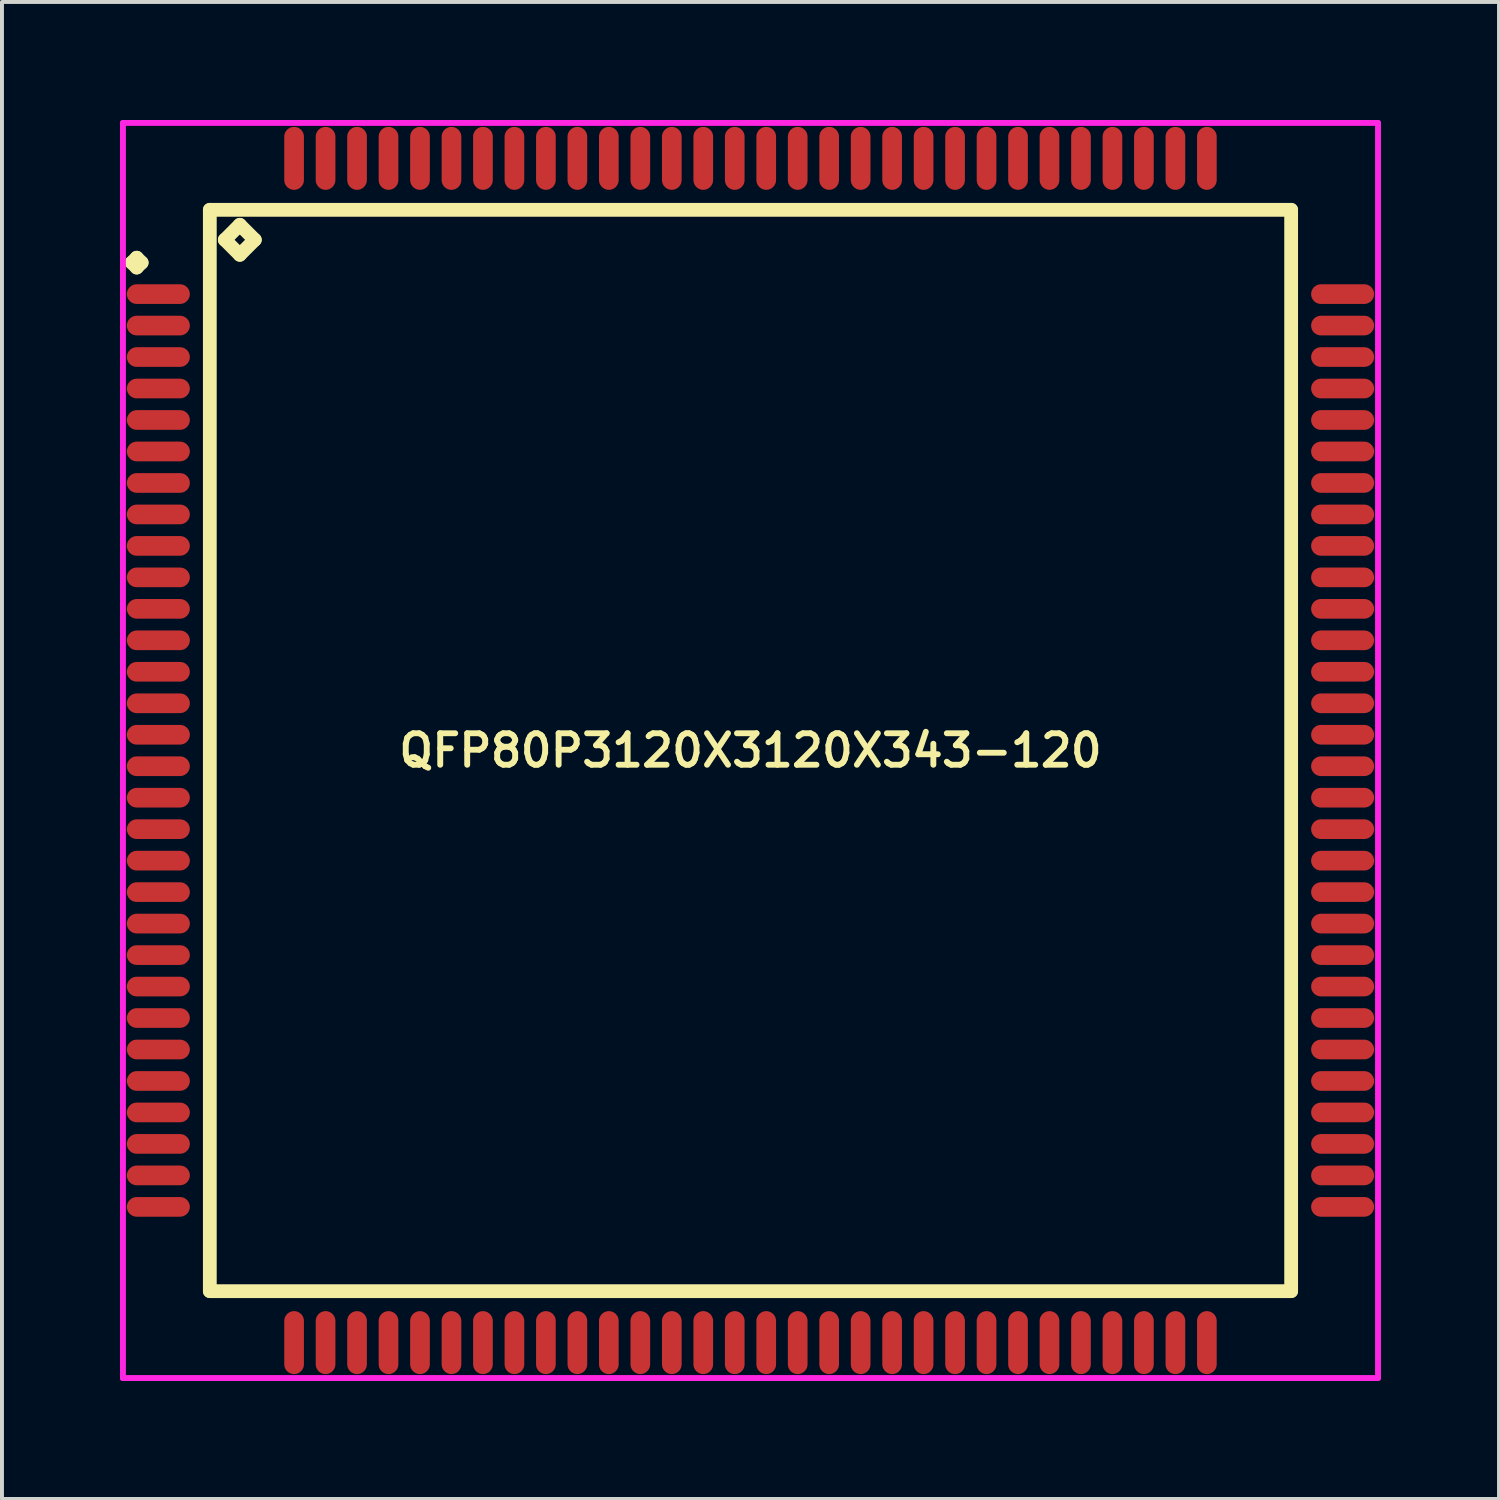
<source format=kicad_pcb>
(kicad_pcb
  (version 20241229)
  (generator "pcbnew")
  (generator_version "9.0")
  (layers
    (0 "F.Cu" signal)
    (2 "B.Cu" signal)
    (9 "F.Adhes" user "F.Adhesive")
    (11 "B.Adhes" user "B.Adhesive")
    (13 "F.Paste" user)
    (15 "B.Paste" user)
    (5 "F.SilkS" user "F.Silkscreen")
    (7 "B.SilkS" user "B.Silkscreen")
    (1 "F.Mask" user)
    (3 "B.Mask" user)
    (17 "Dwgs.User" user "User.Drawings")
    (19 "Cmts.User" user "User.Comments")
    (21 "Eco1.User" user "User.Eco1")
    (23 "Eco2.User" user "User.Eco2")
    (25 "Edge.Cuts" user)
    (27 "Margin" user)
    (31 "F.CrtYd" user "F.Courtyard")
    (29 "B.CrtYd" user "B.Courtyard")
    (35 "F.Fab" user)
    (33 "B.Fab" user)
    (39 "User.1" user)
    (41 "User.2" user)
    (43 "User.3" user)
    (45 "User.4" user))
  (footprint "QFP80P3120X3120X343-120"
    (layer "F.Cu")
    (at 16.025 16.025)
    (property "Reference" "QFP80P3120X3120X343-120" (at 0 0 0) (layer "F.SilkS") (effects (font (size 0.8 0.8) (thickness 0.15))))
    (attr smd)
    (fp_line (start -15.725 -12.4) (end -15.6 -12.525) (stroke (width 0.35) (type solid)) (layer "F.SilkS"))
    (fp_line (start -15.6 -12.525) (end -15.475 -12.4) (stroke (width 0.35) (type solid)) (layer "F.SilkS"))
    (fp_line (start -15.6 -12.275) (end -15.725 -12.4) (stroke (width 0.35) (type solid)) (layer "F.SilkS"))
    (fp_line (start -15.475 -12.4) (end -15.6 -12.275) (stroke (width 0.35) (type solid)) (layer "F.SilkS"))
    (fp_line (start -13.742 -13.742) (end -13.742 13.742) (stroke (width 0.35) (type solid)) (layer "F.SilkS"))
    (fp_line (start -13.742 13.742) (end 13.742 13.742) (stroke (width 0.35) (type solid)) (layer "F.SilkS"))
    (fp_line (start -13.361 -12.98) (end -12.98 -13.361) (stroke (width 0.35) (type solid)) (layer "F.SilkS"))
    (fp_line (start -12.98 -13.361) (end -12.599 -12.98) (stroke (width 0.35) (type solid)) (layer "F.SilkS"))
    (fp_line (start -12.98 -12.599) (end -13.361 -12.98) (stroke (width 0.35) (type solid)) (layer "F.SilkS"))
    (fp_line (start -12.599 -12.98) (end -12.98 -12.599) (stroke (width 0.35) (type solid)) (layer "F.SilkS"))
    (fp_line (start 13.742 -13.742) (end -13.742 -13.742) (stroke (width 0.35) (type solid)) (layer "F.SilkS"))
    (fp_line (start 13.742 13.742) (end 13.742 -13.742) (stroke (width 0.35) (type solid)) (layer "F.SilkS"))
    (fp_line (start -15.95 -15.95) (end 15.95 -15.95) (stroke (width 0.15) (type solid)) (layer "F.CrtYd"))
    (fp_line (start -15.95 15.95) (end -15.95 -15.95) (stroke (width 0.15) (type solid)) (layer "F.CrtYd"))
    (fp_line (start 15.95 -15.95) (end 15.95 15.95) (stroke (width 0.15) (type solid)) (layer "F.CrtYd"))
    (fp_line (start 15.95 15.95) (end -15.95 15.95) (stroke (width 0.15) (type solid)) (layer "F.CrtYd"))
    (pad "1" smd oval (at -15.05 -11.6) (size 1.6 0.5) (layers "F.Cu" "F.Mask" "F.Paste"))
    (pad "2" smd oval (at -15.05 -10.8) (size 1.6 0.5) (layers "F.Cu" "F.Mask" "F.Paste"))
    (pad "3" smd oval (at -15.05 -10) (size 1.6 0.5) (layers "F.Cu" "F.Mask" "F.Paste"))
    (pad "4" smd oval (at -15.05 -9.2) (size 1.6 0.5) (layers "F.Cu" "F.Mask" "F.Paste"))
    (pad "5" smd oval (at -15.05 -8.4) (size 1.6 0.5) (layers "F.Cu" "F.Mask" "F.Paste"))
    (pad "6" smd oval (at -15.05 -7.6) (size 1.6 0.5) (layers "F.Cu" "F.Mask" "F.Paste"))
    (pad "7" smd oval (at -15.05 -6.8) (size 1.6 0.5) (layers "F.Cu" "F.Mask" "F.Paste"))
    (pad "8" smd oval (at -15.05 -6) (size 1.6 0.5) (layers "F.Cu" "F.Mask" "F.Paste"))
    (pad "9" smd oval (at -15.05 -5.2) (size 1.6 0.5) (layers "F.Cu" "F.Mask" "F.Paste"))
    (pad "10" smd oval (at -15.05 -4.4) (size 1.6 0.5) (layers "F.Cu" "F.Mask" "F.Paste"))
    (pad "11" smd oval (at -15.05 -3.6) (size 1.6 0.5) (layers "F.Cu" "F.Mask" "F.Paste"))
    (pad "12" smd oval (at -15.05 -2.8) (size 1.6 0.5) (layers "F.Cu" "F.Mask" "F.Paste"))
    (pad "13" smd oval (at -15.05 -2) (size 1.6 0.5) (layers "F.Cu" "F.Mask" "F.Paste"))
    (pad "14" smd oval (at -15.05 -1.2) (size 1.6 0.5) (layers "F.Cu" "F.Mask" "F.Paste"))
    (pad "15" smd oval (at -15.05 -0.4) (size 1.6 0.5) (layers "F.Cu" "F.Mask" "F.Paste"))
    (pad "16" smd oval (at -15.05 0.4) (size 1.6 0.5) (layers "F.Cu" "F.Mask" "F.Paste"))
    (pad "17" smd oval (at -15.05 1.2) (size 1.6 0.5) (layers "F.Cu" "F.Mask" "F.Paste"))
    (pad "18" smd oval (at -15.05 2) (size 1.6 0.5) (layers "F.Cu" "F.Mask" "F.Paste"))
    (pad "19" smd oval (at -15.05 2.8) (size 1.6 0.5) (layers "F.Cu" "F.Mask" "F.Paste"))
    (pad "20" smd oval (at -15.05 3.6) (size 1.6 0.5) (layers "F.Cu" "F.Mask" "F.Paste"))
    (pad "21" smd oval (at -15.05 4.4) (size 1.6 0.5) (layers "F.Cu" "F.Mask" "F.Paste"))
    (pad "22" smd oval (at -15.05 5.2) (size 1.6 0.5) (layers "F.Cu" "F.Mask" "F.Paste"))
    (pad "23" smd oval (at -15.05 6) (size 1.6 0.5) (layers "F.Cu" "F.Mask" "F.Paste"))
    (pad "24" smd oval (at -15.05 6.8) (size 1.6 0.5) (layers "F.Cu" "F.Mask" "F.Paste"))
    (pad "25" smd oval (at -15.05 7.6) (size 1.6 0.5) (layers "F.Cu" "F.Mask" "F.Paste"))
    (pad "26" smd oval (at -15.05 8.4) (size 1.6 0.5) (layers "F.Cu" "F.Mask" "F.Paste"))
    (pad "27" smd oval (at -15.05 9.2) (size 1.6 0.5) (layers "F.Cu" "F.Mask" "F.Paste"))
    (pad "28" smd oval (at -15.05 10) (size 1.6 0.5) (layers "F.Cu" "F.Mask" "F.Paste"))
    (pad "29" smd oval (at -15.05 10.8) (size 1.6 0.5) (layers "F.Cu" "F.Mask" "F.Paste"))
    (pad "30" smd oval (at -15.05 11.6) (size 1.6 0.5) (layers "F.Cu" "F.Mask" "F.Paste"))
    (pad "31" smd oval (at -11.6 15.05) (size 0.5 1.6) (layers "F.Cu" "F.Mask" "F.Paste"))
    (pad "32" smd oval (at -10.8 15.05) (size 0.5 1.6) (layers "F.Cu" "F.Mask" "F.Paste"))
    (pad "33" smd oval (at -10 15.05) (size 0.5 1.6) (layers "F.Cu" "F.Mask" "F.Paste"))
    (pad "34" smd oval (at -9.2 15.05) (size 0.5 1.6) (layers "F.Cu" "F.Mask" "F.Paste"))
    (pad "35" smd oval (at -8.4 15.05) (size 0.5 1.6) (layers "F.Cu" "F.Mask" "F.Paste"))
    (pad "36" smd oval (at -7.6 15.05) (size 0.5 1.6) (layers "F.Cu" "F.Mask" "F.Paste"))
    (pad "37" smd oval (at -6.8 15.05) (size 0.5 1.6) (layers "F.Cu" "F.Mask" "F.Paste"))
    (pad "38" smd oval (at -6 15.05) (size 0.5 1.6) (layers "F.Cu" "F.Mask" "F.Paste"))
    (pad "39" smd oval (at -5.2 15.05) (size 0.5 1.6) (layers "F.Cu" "F.Mask" "F.Paste"))
    (pad "40" smd oval (at -4.4 15.05) (size 0.5 1.6) (layers "F.Cu" "F.Mask" "F.Paste"))
    (pad "41" smd oval (at -3.6 15.05) (size 0.5 1.6) (layers "F.Cu" "F.Mask" "F.Paste"))
    (pad "42" smd oval (at -2.8 15.05) (size 0.5 1.6) (layers "F.Cu" "F.Mask" "F.Paste"))
    (pad "43" smd oval (at -2 15.05) (size 0.5 1.6) (layers "F.Cu" "F.Mask" "F.Paste"))
    (pad "44" smd oval (at -1.2 15.05) (size 0.5 1.6) (layers "F.Cu" "F.Mask" "F.Paste"))
    (pad "45" smd oval (at -0.4 15.05) (size 0.5 1.6) (layers "F.Cu" "F.Mask" "F.Paste"))
    (pad "46" smd oval (at 0.4 15.05) (size 0.5 1.6) (layers "F.Cu" "F.Mask" "F.Paste"))
    (pad "47" smd oval (at 1.2 15.05) (size 0.5 1.6) (layers "F.Cu" "F.Mask" "F.Paste"))
    (pad "48" smd oval (at 2 15.05) (size 0.5 1.6) (layers "F.Cu" "F.Mask" "F.Paste"))
    (pad "49" smd oval (at 2.8 15.05) (size 0.5 1.6) (layers "F.Cu" "F.Mask" "F.Paste"))
    (pad "50" smd oval (at 3.6 15.05) (size 0.5 1.6) (layers "F.Cu" "F.Mask" "F.Paste"))
    (pad "51" smd oval (at 4.4 15.05) (size 0.5 1.6) (layers "F.Cu" "F.Mask" "F.Paste"))
    (pad "52" smd oval (at 5.2 15.05) (size 0.5 1.6) (layers "F.Cu" "F.Mask" "F.Paste"))
    (pad "53" smd oval (at 6 15.05) (size 0.5 1.6) (layers "F.Cu" "F.Mask" "F.Paste"))
    (pad "54" smd oval (at 6.8 15.05) (size 0.5 1.6) (layers "F.Cu" "F.Mask" "F.Paste"))
    (pad "55" smd oval (at 7.6 15.05) (size 0.5 1.6) (layers "F.Cu" "F.Mask" "F.Paste"))
    (pad "56" smd oval (at 8.4 15.05) (size 0.5 1.6) (layers "F.Cu" "F.Mask" "F.Paste"))
    (pad "57" smd oval (at 9.2 15.05) (size 0.5 1.6) (layers "F.Cu" "F.Mask" "F.Paste"))
    (pad "58" smd oval (at 10 15.05) (size 0.5 1.6) (layers "F.Cu" "F.Mask" "F.Paste"))
    (pad "59" smd oval (at 10.8 15.05) (size 0.5 1.6) (layers "F.Cu" "F.Mask" "F.Paste"))
    (pad "60" smd oval (at 11.6 15.05) (size 0.5 1.6) (layers "F.Cu" "F.Mask" "F.Paste"))
    (pad "61" smd oval (at 15.05 11.6) (size 1.6 0.5) (layers "F.Cu" "F.Mask" "F.Paste"))
    (pad "62" smd oval (at 15.05 10.8) (size 1.6 0.5) (layers "F.Cu" "F.Mask" "F.Paste"))
    (pad "63" smd oval (at 15.05 10) (size 1.6 0.5) (layers "F.Cu" "F.Mask" "F.Paste"))
    (pad "64" smd oval (at 15.05 9.2) (size 1.6 0.5) (layers "F.Cu" "F.Mask" "F.Paste"))
    (pad "65" smd oval (at 15.05 8.4) (size 1.6 0.5) (layers "F.Cu" "F.Mask" "F.Paste"))
    (pad "66" smd oval (at 15.05 7.6) (size 1.6 0.5) (layers "F.Cu" "F.Mask" "F.Paste"))
    (pad "67" smd oval (at 15.05 6.8) (size 1.6 0.5) (layers "F.Cu" "F.Mask" "F.Paste"))
    (pad "68" smd oval (at 15.05 6) (size 1.6 0.5) (layers "F.Cu" "F.Mask" "F.Paste"))
    (pad "69" smd oval (at 15.05 5.2) (size 1.6 0.5) (layers "F.Cu" "F.Mask" "F.Paste"))
    (pad "70" smd oval (at 15.05 4.4) (size 1.6 0.5) (layers "F.Cu" "F.Mask" "F.Paste"))
    (pad "71" smd oval (at 15.05 3.6) (size 1.6 0.5) (layers "F.Cu" "F.Mask" "F.Paste"))
    (pad "72" smd oval (at 15.05 2.8) (size 1.6 0.5) (layers "F.Cu" "F.Mask" "F.Paste"))
    (pad "73" smd oval (at 15.05 2) (size 1.6 0.5) (layers "F.Cu" "F.Mask" "F.Paste"))
    (pad "74" smd oval (at 15.05 1.2) (size 1.6 0.5) (layers "F.Cu" "F.Mask" "F.Paste"))
    (pad "75" smd oval (at 15.05 0.4) (size 1.6 0.5) (layers "F.Cu" "F.Mask" "F.Paste"))
    (pad "76" smd oval (at 15.05 -0.4) (size 1.6 0.5) (layers "F.Cu" "F.Mask" "F.Paste"))
    (pad "77" smd oval (at 15.05 -1.2) (size 1.6 0.5) (layers "F.Cu" "F.Mask" "F.Paste"))
    (pad "78" smd oval (at 15.05 -2) (size 1.6 0.5) (layers "F.Cu" "F.Mask" "F.Paste"))
    (pad "79" smd oval (at 15.05 -2.8) (size 1.6 0.5) (layers "F.Cu" "F.Mask" "F.Paste"))
    (pad "80" smd oval (at 15.05 -3.6) (size 1.6 0.5) (layers "F.Cu" "F.Mask" "F.Paste"))
    (pad "81" smd oval (at 15.05 -4.4) (size 1.6 0.5) (layers "F.Cu" "F.Mask" "F.Paste"))
    (pad "82" smd oval (at 15.05 -5.2) (size 1.6 0.5) (layers "F.Cu" "F.Mask" "F.Paste"))
    (pad "83" smd oval (at 15.05 -6) (size 1.6 0.5) (layers "F.Cu" "F.Mask" "F.Paste"))
    (pad "84" smd oval (at 15.05 -6.8) (size 1.6 0.5) (layers "F.Cu" "F.Mask" "F.Paste"))
    (pad "85" smd oval (at 15.05 -7.6) (size 1.6 0.5) (layers "F.Cu" "F.Mask" "F.Paste"))
    (pad "86" smd oval (at 15.05 -8.4) (size 1.6 0.5) (layers "F.Cu" "F.Mask" "F.Paste"))
    (pad "87" smd oval (at 15.05 -9.2) (size 1.6 0.5) (layers "F.Cu" "F.Mask" "F.Paste"))
    (pad "88" smd oval (at 15.05 -10) (size 1.6 0.5) (layers "F.Cu" "F.Mask" "F.Paste"))
    (pad "89" smd oval (at 15.05 -10.8) (size 1.6 0.5) (layers "F.Cu" "F.Mask" "F.Paste"))
    (pad "90" smd oval (at 15.05 -11.6) (size 1.6 0.5) (layers "F.Cu" "F.Mask" "F.Paste"))
    (pad "91" smd oval (at 11.6 -15.05) (size 0.5 1.6) (layers "F.Cu" "F.Mask" "F.Paste"))
    (pad "92" smd oval (at 10.8 -15.05) (size 0.5 1.6) (layers "F.Cu" "F.Mask" "F.Paste"))
    (pad "93" smd oval (at 10 -15.05) (size 0.5 1.6) (layers "F.Cu" "F.Mask" "F.Paste"))
    (pad "94" smd oval (at 9.2 -15.05) (size 0.5 1.6) (layers "F.Cu" "F.Mask" "F.Paste"))
    (pad "95" smd oval (at 8.4 -15.05) (size 0.5 1.6) (layers "F.Cu" "F.Mask" "F.Paste"))
    (pad "96" smd oval (at 7.6 -15.05) (size 0.5 1.6) (layers "F.Cu" "F.Mask" "F.Paste"))
    (pad "97" smd oval (at 6.8 -15.05) (size 0.5 1.6) (layers "F.Cu" "F.Mask" "F.Paste"))
    (pad "98" smd oval (at 6 -15.05) (size 0.5 1.6) (layers "F.Cu" "F.Mask" "F.Paste"))
    (pad "99" smd oval (at 5.2 -15.05) (size 0.5 1.6) (layers "F.Cu" "F.Mask" "F.Paste"))
    (pad "100" smd oval (at 4.4 -15.05) (size 0.5 1.6) (layers "F.Cu" "F.Mask" "F.Paste"))
    (pad "101" smd oval (at 3.6 -15.05) (size 0.5 1.6) (layers "F.Cu" "F.Mask" "F.Paste"))
    (pad "102" smd oval (at 2.8 -15.05) (size 0.5 1.6) (layers "F.Cu" "F.Mask" "F.Paste"))
    (pad "103" smd oval (at 2 -15.05) (size 0.5 1.6) (layers "F.Cu" "F.Mask" "F.Paste"))
    (pad "104" smd oval (at 1.2 -15.05) (size 0.5 1.6) (layers "F.Cu" "F.Mask" "F.Paste"))
    (pad "105" smd oval (at 0.4 -15.05) (size 0.5 1.6) (layers "F.Cu" "F.Mask" "F.Paste"))
    (pad "106" smd oval (at -0.4 -15.05) (size 0.5 1.6) (layers "F.Cu" "F.Mask" "F.Paste"))
    (pad "107" smd oval (at -1.2 -15.05) (size 0.5 1.6) (layers "F.Cu" "F.Mask" "F.Paste"))
    (pad "108" smd oval (at -2 -15.05) (size 0.5 1.6) (layers "F.Cu" "F.Mask" "F.Paste"))
    (pad "109" smd oval (at -2.8 -15.05) (size 0.5 1.6) (layers "F.Cu" "F.Mask" "F.Paste"))
    (pad "110" smd oval (at -3.6 -15.05) (size 0.5 1.6) (layers "F.Cu" "F.Mask" "F.Paste"))
    (pad "111" smd oval (at -4.4 -15.05) (size 0.5 1.6) (layers "F.Cu" "F.Mask" "F.Paste"))
    (pad "112" smd oval (at -5.2 -15.05) (size 0.5 1.6) (layers "F.Cu" "F.Mask" "F.Paste"))
    (pad "113" smd oval (at -6 -15.05) (size 0.5 1.6) (layers "F.Cu" "F.Mask" "F.Paste"))
    (pad "114" smd oval (at -6.8 -15.05) (size 0.5 1.6) (layers "F.Cu" "F.Mask" "F.Paste"))
    (pad "115" smd oval (at -7.6 -15.05) (size 0.5 1.6) (layers "F.Cu" "F.Mask" "F.Paste"))
    (pad "116" smd oval (at -8.4 -15.05) (size 0.5 1.6) (layers "F.Cu" "F.Mask" "F.Paste"))
    (pad "117" smd oval (at -9.2 -15.05) (size 0.5 1.6) (layers "F.Cu" "F.Mask" "F.Paste"))
    (pad "118" smd oval (at -10 -15.05) (size 0.5 1.6) (layers "F.Cu" "F.Mask" "F.Paste"))
    (pad "119" smd oval (at -10.8 -15.05) (size 0.5 1.6) (layers "F.Cu" "F.Mask" "F.Paste"))
    (pad "120" smd oval (at -11.6 -15.05) (size 0.5 1.6) (layers "F.Cu" "F.Mask" "F.Paste")))
  (gr_rect
    (start -3 -3)
    (end 35.05 35.05)
    (stroke (width 0.1) (type default))
    (fill no)
    (layer "Edge.Cuts")))
</source>
